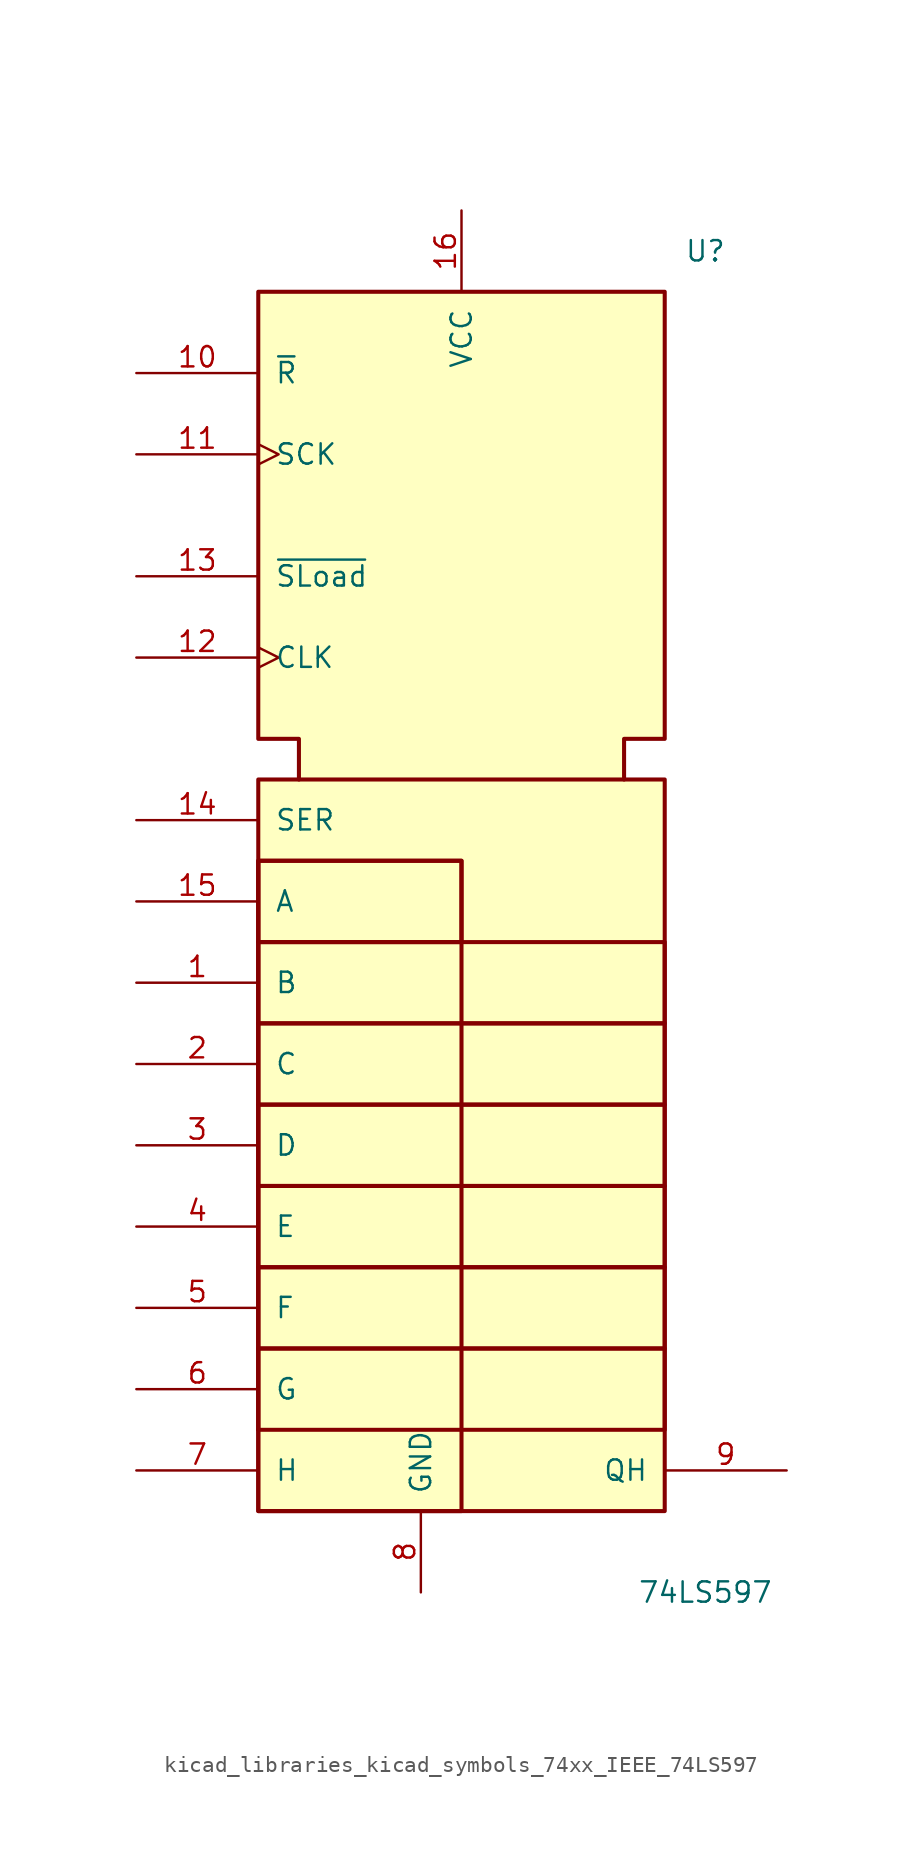
<source format=kicad_sym>
(kicad_symbol_lib
  (version 20220914)
  (generator kicad_symbol_editor)
  (symbol "kicad_libraries_kicad_symbols_74xx_IEEE_74LS597"
    (pin_names
      (offset 1.016))
    (property "Reference" "U"
      (at 15.24 43.18 0)
      (effects (font (size 1.27 1.27))))
    (property "Value" "74LS597"
      (at 15.24 -40.64 0)
      (effects (font (size 1.27 1.27))))
    (symbol "kicad_libraries_kicad_symbols_74xx_IEEE_74LS597_0_0"
      (rectangle (start -12.7 -30.48) (end -12.7 -30.48) (stroke (width 0.254) (type default)) (fill (type background)))
      (rectangle (start -12.7 -25.4) (end 12.7 -30.48) (stroke (width 0.254) (type default)) (fill (type background)))
      (rectangle (start -12.7 -20.32) (end 12.7 -25.4) (stroke (width 0.254) (type default)) (fill (type background)))
      (rectangle (start -12.7 -15.24) (end 12.7 -20.32) (stroke (width 0.254) (type default)) (fill (type background)))
      (rectangle (start -12.7 -10.16) (end 12.7 -15.24) (stroke (width 0.254) (type default)) (fill (type background)))
      (rectangle (start -12.7 -5.08) (end 12.7 -10.16) (stroke (width 0.254) (type default)) (fill (type background)))
      (rectangle (start -12.7 0) (end 12.7 -5.08) (stroke (width 0.254) (type default)) (fill (type background)))
      (rectangle (start -12.7 5.08) (end 0 -35.56) (stroke (width 0.254) (type default)) (fill (type background)))
      (rectangle (start -12.7 5.08) (end 0 0) (stroke (width 0.254) (type default)) (fill (type background)))
      (rectangle (start -12.7 10.16) (end 12.7 -35.56) (stroke (width 0.254) (type default)) (fill (type background)))
      (polyline (pts (xy -10.16 10.16) (xy -10.16 12.7) (xy -12.7 12.7) (xy -12.7 40.64) (xy 12.7 40.64) (xy 12.7 12.7) (xy 10.16 12.7) (xy 10.16 10.16) (xy 10.16 10.16)) (stroke (width 0.254) (type default)) (fill (type background))))
    (symbol "kicad_libraries_kicad_symbols_74xx_IEEE_74LS597_0_1"
      (pin power_in line (at -2.54 -40.64 90) (length 5.08) (name "GND" (effects (font (size 1.27 1.27)))) (number "8" (effects (font (size 1.27 1.27))))))
    (symbol "kicad_libraries_kicad_symbols_74xx_IEEE_74LS597_1_1"
      (pin input line (at -20.32 -2.54 0) (length 7.62) (name "B" (effects (font (size 1.27 1.27)))) (number "1" (effects (font (size 1.27 1.27)))))
      (pin input line (at -20.32 35.56 0) (length 7.62) (name "~{R}" (effects (font (size 1.27 1.27)))) (number "10" (effects (font (size 1.27 1.27)))))
      (pin input clock (at -20.32 30.48 0) (length 7.62) (name "SCK" (effects (font (size 1.27 1.27)))) (number "11" (effects (font (size 1.27 1.27)))))
      (pin input clock (at -20.32 17.78 0) (length 7.62) (name "CLK" (effects (font (size 1.27 1.27)))) (number "12" (effects (font (size 1.27 1.27)))))
      (pin input line (at -20.32 22.86 0) (length 7.62) (name "~{SLoad}" (effects (font (size 1.27 1.27)))) (number "13" (effects (font (size 1.27 1.27)))))
      (pin input line (at -20.32 7.62 0) (length 7.62) (name "SER" (effects (font (size 1.27 1.27)))) (number "14" (effects (font (size 1.27 1.27)))))
      (pin input line (at -20.32 2.54 0) (length 7.62) (name "A" (effects (font (size 1.27 1.27)))) (number "15" (effects (font (size 1.27 1.27)))))
      (pin power_in line (at 0 45.72 270) (length 5.08) (name "VCC" (effects (font (size 1.27 1.27)))) (number "16" (effects (font (size 1.27 1.27)))))
      (pin input line (at -20.32 -7.62 0) (length 7.62) (name "C" (effects (font (size 1.27 1.27)))) (number "2" (effects (font (size 1.27 1.27)))))
      (pin input line (at -20.32 -12.7 0) (length 7.62) (name "D" (effects (font (size 1.27 1.27)))) (number "3" (effects (font (size 1.27 1.27)))))
      (pin input line (at -20.32 -17.78 0) (length 7.62) (name "E" (effects (font (size 1.27 1.27)))) (number "4" (effects (font (size 1.27 1.27)))))
      (pin input line (at -20.32 -22.86 0) (length 7.62) (name "F" (effects (font (size 1.27 1.27)))) (number "5" (effects (font (size 1.27 1.27)))))
      (pin input line (at -20.32 -27.94 0) (length 7.62) (name "G" (effects (font (size 1.27 1.27)))) (number "6" (effects (font (size 1.27 1.27)))))
      (pin input line (at -20.32 -33.02 0) (length 7.62) (name "H" (effects (font (size 1.27 1.27)))) (number "7" (effects (font (size 1.27 1.27)))))
      (pin tri_state line (at 20.32 -33.02 180) (length 7.62) (name "QH" (effects (font (size 1.27 1.27)))) (number "9" (effects (font (size 1.27 1.27))))))))
</source>
